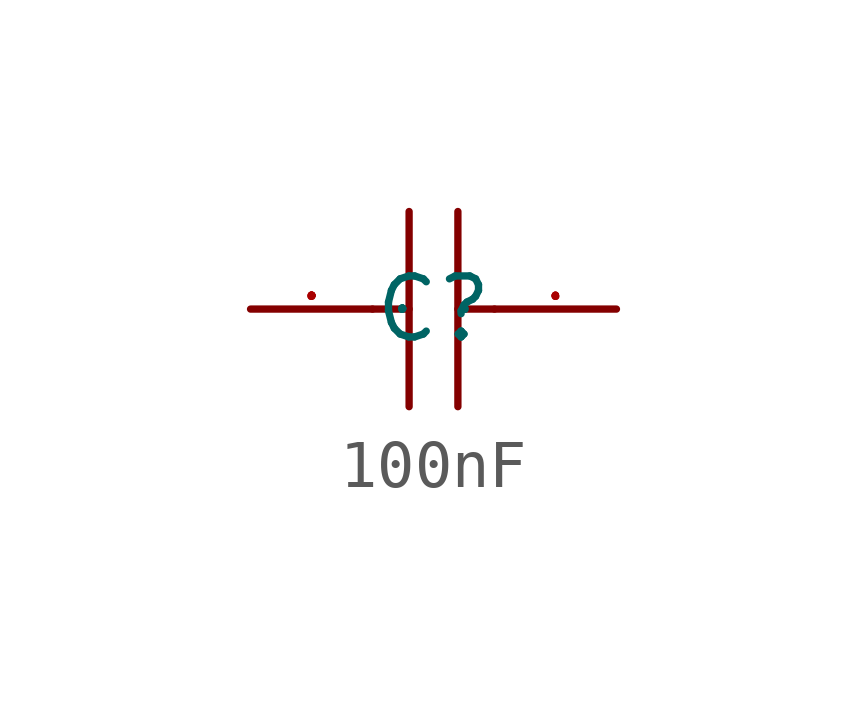
<source format=kicad_sym>
(kicad_symbol_lib
  (version 20231120)
  (generator "kicad_symbol_editor")
  (generator_version "8.0")
  (symbol "100nF"
    (property "Reference" "C"
      (at 0 0 0)
      (effects (font (size 1.27 1.27))))
    (property "Value" ""
      (at 0 0 0)
      (effects (font (size 1.27 1.27))))
    (symbol "100nF_1_0"
      (polyline (pts (xy -0.508 0) (xy -1.27 0)) (stroke (width 0) (type default)) (fill (type none)))
      (polyline (pts (xy -0.508 2.032) (xy -0.508 -2.032)) (stroke (width 0) (type default)) (fill (type none)))
      (polyline (pts (xy 0.508 2.032) (xy 0.508 -2.032)) (stroke (width 0) (type default)) (fill (type none)))
      (polyline (pts (xy 1.27 0) (xy 0.508 0)) (stroke (width 0) (type default)) (fill (type none)))
      (pin input line (at 3.81 0 180) (length 2.54) (name "1" (effects (font (size 0.025 0.025)))) (number "1" (effects (font (size 0.025 0.025)))))
      (pin input line (at -3.81 0 0) (length 2.54) (name "2" (effects (font (size 0.025 0.025)))) (number "2" (effects (font (size 0.025 0.025))))))))
</source>
